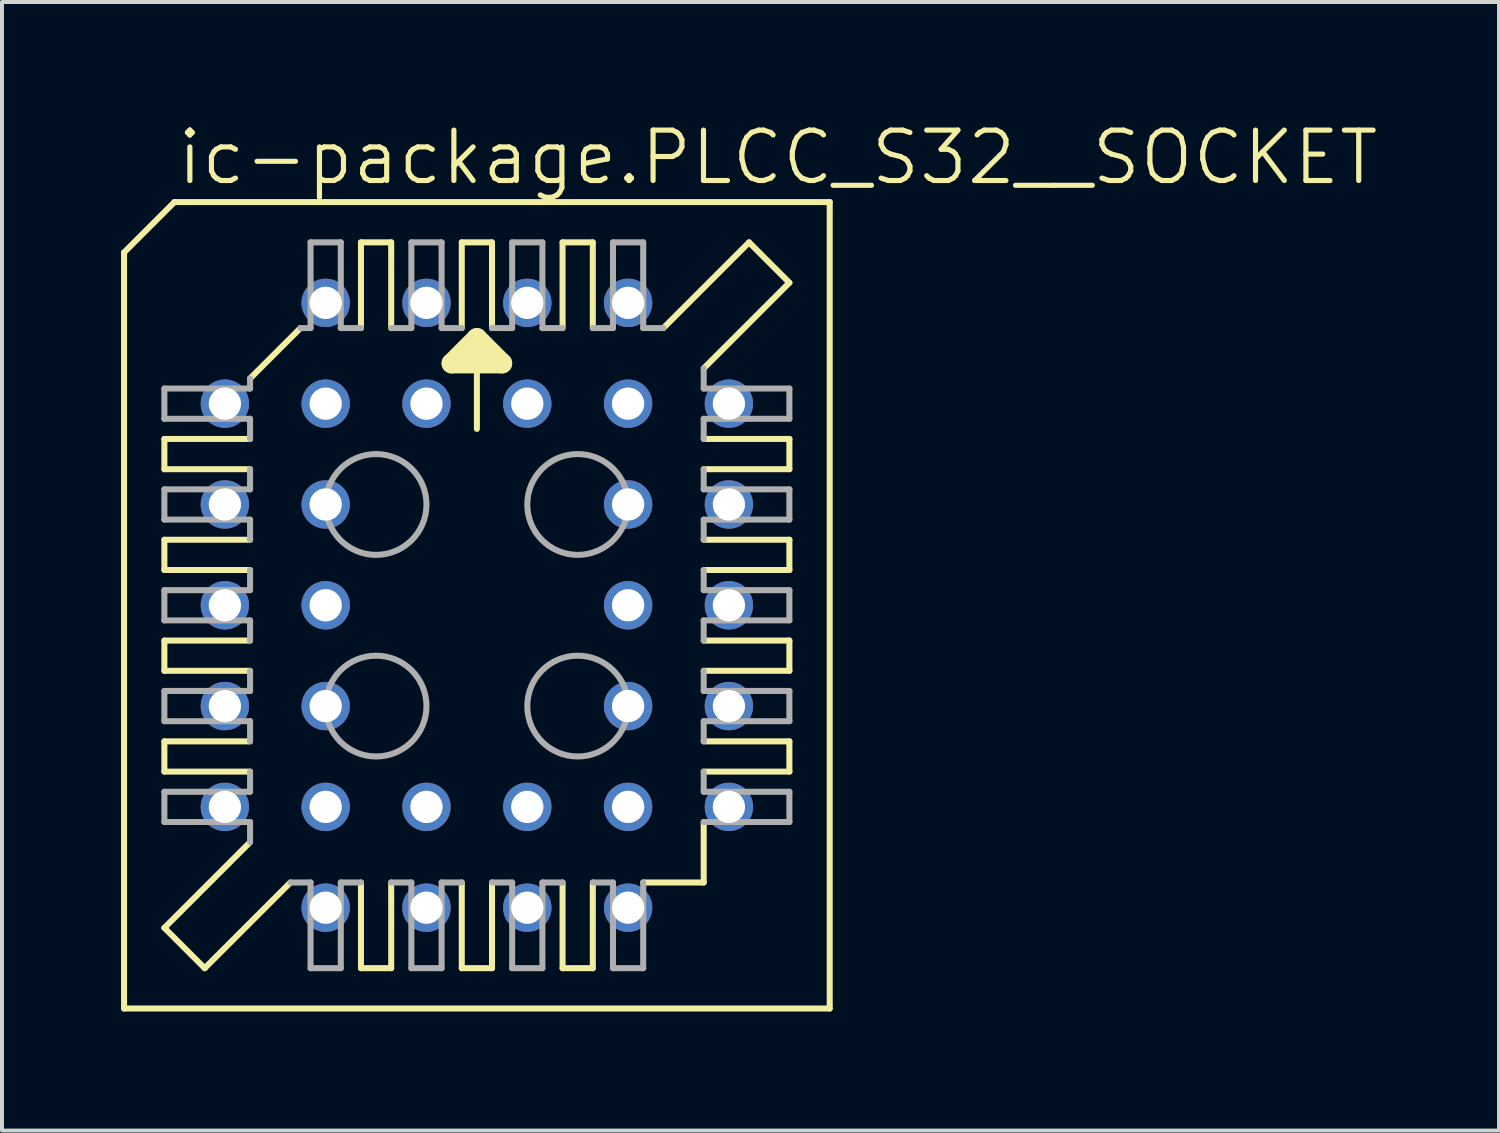
<source format=kicad_pcb>
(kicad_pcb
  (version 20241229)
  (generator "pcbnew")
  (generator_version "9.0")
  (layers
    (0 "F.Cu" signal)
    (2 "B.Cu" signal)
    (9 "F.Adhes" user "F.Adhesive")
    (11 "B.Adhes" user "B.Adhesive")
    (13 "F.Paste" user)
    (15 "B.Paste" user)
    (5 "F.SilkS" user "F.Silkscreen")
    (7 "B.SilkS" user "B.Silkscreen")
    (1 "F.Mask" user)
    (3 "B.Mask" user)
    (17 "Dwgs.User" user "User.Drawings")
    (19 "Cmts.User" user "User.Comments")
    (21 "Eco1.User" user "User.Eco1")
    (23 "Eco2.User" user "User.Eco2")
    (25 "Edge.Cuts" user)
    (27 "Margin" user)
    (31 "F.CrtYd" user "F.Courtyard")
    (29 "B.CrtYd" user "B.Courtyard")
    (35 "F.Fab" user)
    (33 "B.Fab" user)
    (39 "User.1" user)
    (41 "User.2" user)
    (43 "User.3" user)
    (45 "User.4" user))
  (footprint "ic-package.PLCC_S32__SOCKET"
    (layer "F.Cu")
    (at 8.966 12.201)
    (property "Reference" "ic-package.PLCC_S32__SOCKET" (at -7.62 -10.541 0) (layer "F.SilkS") (effects (font (size 1.27 1.27) (thickness 0.13)) (justify left bottom)))
    (attr through_hole)
    (fp_line (start -8.89 -8.89) (end -8.89 10.16) (stroke (width 0.152) (type default)) (layer "F.SilkS"))
    (fp_line (start -7.874 -3.429) (end -7.874 -4.191) (stroke (width 0.152) (type default)) (layer "F.SilkS"))
    (fp_line (start -7.874 -3.429) (end -5.715 -3.429) (stroke (width 0.152) (type default)) (layer "F.SilkS"))
    (fp_line (start -7.874 -0.889) (end -7.874 -1.651) (stroke (width 0.152) (type default)) (layer "F.SilkS"))
    (fp_line (start -7.874 -0.889) (end -5.715 -0.889) (stroke (width 0.152) (type default)) (layer "F.SilkS"))
    (fp_line (start -7.874 1.651) (end -7.874 0.889) (stroke (width 0.152) (type default)) (layer "F.SilkS"))
    (fp_line (start -7.874 1.651) (end -5.715 1.651) (stroke (width 0.152) (type default)) (layer "F.SilkS"))
    (fp_line (start -7.874 4.191) (end -7.874 3.429) (stroke (width 0.152) (type default)) (layer "F.SilkS"))
    (fp_line (start -7.874 4.191) (end -5.715 4.191) (stroke (width 0.152) (type default)) (layer "F.SilkS"))
    (fp_line (start -7.874 8.128) (end -5.715 5.969) (stroke (width 0.152) (type default)) (layer "F.SilkS"))
    (fp_line (start -7.62 -10.16) (end -8.89 -8.89) (stroke (width 0.152) (type default)) (layer "F.SilkS"))
    (fp_line (start -6.858 9.144) (end -7.874 8.128) (stroke (width 0.152) (type default)) (layer "F.SilkS"))
    (fp_line (start -6.858 9.144) (end -4.699 6.985) (stroke (width 0.152) (type default)) (layer "F.SilkS"))
    (fp_line (start -5.715 -5.715) (end -4.445 -6.985) (stroke (width 0.152) (type default)) (layer "F.SilkS"))
    (fp_line (start -5.715 -4.191) (end -7.874 -4.191) (stroke (width 0.152) (type default)) (layer "F.SilkS"))
    (fp_line (start -5.715 -1.651) (end -7.874 -1.651) (stroke (width 0.152) (type default)) (layer "F.SilkS"))
    (fp_line (start -5.715 0.889) (end -7.874 0.889) (stroke (width 0.152) (type default)) (layer "F.SilkS"))
    (fp_line (start -5.715 3.429) (end -7.874 3.429) (stroke (width 0.152) (type default)) (layer "F.SilkS"))
    (fp_line (start -2.921 -6.985) (end -2.921 -9.144) (stroke (width 0.152) (type default)) (layer "F.SilkS"))
    (fp_line (start -2.921 9.144) (end -2.921 6.985) (stroke (width 0.152) (type default)) (layer "F.SilkS"))
    (fp_line (start -2.921 9.144) (end -2.159 9.144) (stroke (width 0.152) (type default)) (layer "F.SilkS"))
    (fp_line (start -2.159 -9.144) (end -2.921 -9.144) (stroke (width 0.152) (type default)) (layer "F.SilkS"))
    (fp_line (start -2.159 -9.144) (end -2.159 -6.985) (stroke (width 0.152) (type default)) (layer "F.SilkS"))
    (fp_line (start -2.159 6.985) (end -2.159 9.144) (stroke (width 0.152) (type default)) (layer "F.SilkS"))
    (fp_line (start -0.635 -6.096) (end 0 -6.731) (stroke (width 0.508) (type default)) (layer "F.SilkS"))
    (fp_line (start -0.381 -6.985) (end -0.381 -9.144) (stroke (width 0.152) (type default)) (layer "F.SilkS"))
    (fp_line (start -0.381 9.144) (end -0.381 6.985) (stroke (width 0.152) (type default)) (layer "F.SilkS"))
    (fp_line (start -0.381 9.144) (end 0.381 9.144) (stroke (width 0.152) (type default)) (layer "F.SilkS"))
    (fp_line (start 0 -6.731) (end 0 -4.445) (stroke (width 0.152) (type default)) (layer "F.SilkS"))
    (fp_line (start 0 -6.731) (end 0.635 -6.096) (stroke (width 0.508) (type default)) (layer "F.SilkS"))
    (fp_line (start 0.381 -9.144) (end -0.381 -9.144) (stroke (width 0.152) (type default)) (layer "F.SilkS"))
    (fp_line (start 0.381 -9.144) (end 0.381 -6.985) (stroke (width 0.152) (type default)) (layer "F.SilkS"))
    (fp_line (start 0.381 6.985) (end 0.381 9.144) (stroke (width 0.152) (type default)) (layer "F.SilkS"))
    (fp_line (start 0.635 -6.096) (end -0.635 -6.096) (stroke (width 0.508) (type default)) (layer "F.SilkS"))
    (fp_line (start 2.159 -6.985) (end 2.159 -9.144) (stroke (width 0.152) (type default)) (layer "F.SilkS"))
    (fp_line (start 2.159 9.144) (end 2.159 6.985) (stroke (width 0.152) (type default)) (layer "F.SilkS"))
    (fp_line (start 2.159 9.144) (end 2.921 9.144) (stroke (width 0.152) (type default)) (layer "F.SilkS"))
    (fp_line (start 2.921 -9.144) (end 2.159 -9.144) (stroke (width 0.152) (type default)) (layer "F.SilkS"))
    (fp_line (start 2.921 -9.144) (end 2.921 -6.985) (stroke (width 0.152) (type default)) (layer "F.SilkS"))
    (fp_line (start 2.921 6.985) (end 2.921 9.144) (stroke (width 0.152) (type default)) (layer "F.SilkS"))
    (fp_line (start 4.191 6.985) (end 5.715 6.985) (stroke (width 0.152) (type default)) (layer "F.SilkS"))
    (fp_line (start 5.715 -3.429) (end 7.874 -3.429) (stroke (width 0.152) (type default)) (layer "F.SilkS"))
    (fp_line (start 5.715 -0.889) (end 7.874 -0.889) (stroke (width 0.152) (type default)) (layer "F.SilkS"))
    (fp_line (start 5.715 1.651) (end 7.874 1.651) (stroke (width 0.152) (type default)) (layer "F.SilkS"))
    (fp_line (start 5.715 4.191) (end 7.874 4.191) (stroke (width 0.152) (type default)) (layer "F.SilkS"))
    (fp_line (start 5.715 5.461) (end 5.715 6.985) (stroke (width 0.152) (type default)) (layer "F.SilkS"))
    (fp_line (start 6.858 -9.144) (end 4.699 -6.985) (stroke (width 0.152) (type default)) (layer "F.SilkS"))
    (fp_line (start 7.874 -8.128) (end 5.715 -5.969) (stroke (width 0.152) (type default)) (layer "F.SilkS"))
    (fp_line (start 7.874 -8.128) (end 6.858 -9.144) (stroke (width 0.152) (type default)) (layer "F.SilkS"))
    (fp_line (start 7.874 -4.191) (end 5.715 -4.191) (stroke (width 0.152) (type default)) (layer "F.SilkS"))
    (fp_line (start 7.874 -4.191) (end 7.874 -3.429) (stroke (width 0.152) (type default)) (layer "F.SilkS"))
    (fp_line (start 7.874 -1.651) (end 5.715 -1.651) (stroke (width 0.152) (type default)) (layer "F.SilkS"))
    (fp_line (start 7.874 -1.651) (end 7.874 -0.889) (stroke (width 0.152) (type default)) (layer "F.SilkS"))
    (fp_line (start 7.874 0.889) (end 5.715 0.889) (stroke (width 0.152) (type default)) (layer "F.SilkS"))
    (fp_line (start 7.874 0.889) (end 7.874 1.651) (stroke (width 0.152) (type default)) (layer "F.SilkS"))
    (fp_line (start 7.874 3.429) (end 5.715 3.429) (stroke (width 0.152) (type default)) (layer "F.SilkS"))
    (fp_line (start 7.874 3.429) (end 7.874 4.191) (stroke (width 0.152) (type default)) (layer "F.SilkS"))
    (fp_line (start 8.89 -10.16) (end -7.62 -10.16) (stroke (width 0.152) (type default)) (layer "F.SilkS"))
    (fp_line (start 8.89 10.16) (end -8.89 10.16) (stroke (width 0.152) (type default)) (layer "F.SilkS"))
    (fp_line (start 8.89 10.16) (end 8.89 -10.16) (stroke (width 0.152) (type default)) (layer "F.SilkS"))
    (fp_line (start -7.874 -4.699) (end -7.874 -5.461) (stroke (width 0.152) (type default)) (layer "F.Fab"))
    (fp_line (start -7.874 -4.699) (end -5.715 -4.699) (stroke (width 0.152) (type default)) (layer "F.Fab"))
    (fp_line (start -7.874 -2.159) (end -7.874 -2.921) (stroke (width 0.152) (type default)) (layer "F.Fab"))
    (fp_line (start -7.874 -2.159) (end -5.715 -2.159) (stroke (width 0.152) (type default)) (layer "F.Fab"))
    (fp_line (start -7.874 0.381) (end -7.874 -0.381) (stroke (width 0.152) (type default)) (layer "F.Fab"))
    (fp_line (start -7.874 0.381) (end -5.715 0.381) (stroke (width 0.152) (type default)) (layer "F.Fab"))
    (fp_line (start -7.874 2.921) (end -7.874 2.159) (stroke (width 0.152) (type default)) (layer "F.Fab"))
    (fp_line (start -7.874 2.921) (end -5.715 2.921) (stroke (width 0.152) (type default)) (layer "F.Fab"))
    (fp_line (start -7.874 5.461) (end -7.874 4.699) (stroke (width 0.152) (type default)) (layer "F.Fab"))
    (fp_line (start -7.874 5.461) (end -5.715 5.461) (stroke (width 0.152) (type default)) (layer "F.Fab"))
    (fp_line (start -5.715 -5.461) (end -7.874 -5.461) (stroke (width 0.152) (type default)) (layer "F.Fab"))
    (fp_line (start -5.715 -5.461) (end -5.715 -5.715) (stroke (width 0.152) (type default)) (layer "F.Fab"))
    (fp_line (start -5.715 -4.191) (end -5.715 -4.699) (stroke (width 0.152) (type default)) (layer "F.Fab"))
    (fp_line (start -5.715 -2.921) (end -7.874 -2.921) (stroke (width 0.152) (type default)) (layer "F.Fab"))
    (fp_line (start -5.715 -2.921) (end -5.715 -3.429) (stroke (width 0.152) (type default)) (layer "F.Fab"))
    (fp_line (start -5.715 -1.651) (end -5.715 -2.159) (stroke (width 0.152) (type default)) (layer "F.Fab"))
    (fp_line (start -5.715 -0.381) (end -7.874 -0.381) (stroke (width 0.152) (type default)) (layer "F.Fab"))
    (fp_line (start -5.715 -0.381) (end -5.715 -0.889) (stroke (width 0.152) (type default)) (layer "F.Fab"))
    (fp_line (start -5.715 0.889) (end -5.715 0.381) (stroke (width 0.152) (type default)) (layer "F.Fab"))
    (fp_line (start -5.715 2.159) (end -7.874 2.159) (stroke (width 0.152) (type default)) (layer "F.Fab"))
    (fp_line (start -5.715 2.159) (end -5.715 1.651) (stroke (width 0.152) (type default)) (layer "F.Fab"))
    (fp_line (start -5.715 3.429) (end -5.715 2.921) (stroke (width 0.152) (type default)) (layer "F.Fab"))
    (fp_line (start -5.715 4.699) (end -7.874 4.699) (stroke (width 0.152) (type default)) (layer "F.Fab"))
    (fp_line (start -5.715 4.699) (end -5.715 4.191) (stroke (width 0.152) (type default)) (layer "F.Fab"))
    (fp_line (start -5.715 5.969) (end -5.715 5.461) (stroke (width 0.152) (type default)) (layer "F.Fab"))
    (fp_line (start -4.699 6.985) (end -4.191 6.985) (stroke (width 0.152) (type default)) (layer "F.Fab"))
    (fp_line (start -4.191 -6.985) (end -4.445 -6.985) (stroke (width 0.152) (type default)) (layer "F.Fab"))
    (fp_line (start -4.191 -6.985) (end -4.191 -9.144) (stroke (width 0.152) (type default)) (layer "F.Fab"))
    (fp_line (start -4.191 9.144) (end -4.191 6.985) (stroke (width 0.152) (type default)) (layer "F.Fab"))
    (fp_line (start -4.191 9.144) (end -3.429 9.144) (stroke (width 0.152) (type default)) (layer "F.Fab"))
    (fp_line (start -3.429 -9.144) (end -4.191 -9.144) (stroke (width 0.152) (type default)) (layer "F.Fab"))
    (fp_line (start -3.429 -9.144) (end -3.429 -6.985) (stroke (width 0.152) (type default)) (layer "F.Fab"))
    (fp_line (start -3.429 6.985) (end -3.429 9.144) (stroke (width 0.152) (type default)) (layer "F.Fab"))
    (fp_line (start -3.429 6.985) (end -2.921 6.985) (stroke (width 0.152) (type default)) (layer "F.Fab"))
    (fp_line (start -2.921 -6.985) (end -3.429 -6.985) (stroke (width 0.152) (type default)) (layer "F.Fab"))
    (fp_line (start -2.159 6.985) (end -1.651 6.985) (stroke (width 0.152) (type default)) (layer "F.Fab"))
    (fp_line (start -1.651 -6.985) (end -2.159 -6.985) (stroke (width 0.152) (type default)) (layer "F.Fab"))
    (fp_line (start -1.651 -6.985) (end -1.651 -9.144) (stroke (width 0.152) (type default)) (layer "F.Fab"))
    (fp_line (start -1.651 9.144) (end -1.651 6.985) (stroke (width 0.152) (type default)) (layer "F.Fab"))
    (fp_line (start -1.651 9.144) (end -0.889 9.144) (stroke (width 0.152) (type default)) (layer "F.Fab"))
    (fp_line (start -0.889 -9.144) (end -1.651 -9.144) (stroke (width 0.152) (type default)) (layer "F.Fab"))
    (fp_line (start -0.889 -9.144) (end -0.889 -6.985) (stroke (width 0.152) (type default)) (layer "F.Fab"))
    (fp_line (start -0.889 6.985) (end -0.889 9.144) (stroke (width 0.152) (type default)) (layer "F.Fab"))
    (fp_line (start -0.889 6.985) (end -0.381 6.985) (stroke (width 0.152) (type default)) (layer "F.Fab"))
    (fp_line (start -0.381 -6.985) (end -0.889 -6.985) (stroke (width 0.152) (type default)) (layer "F.Fab"))
    (fp_line (start 0.381 6.985) (end 0.889 6.985) (stroke (width 0.152) (type default)) (layer "F.Fab"))
    (fp_line (start 0.889 -6.985) (end 0.381 -6.985) (stroke (width 0.152) (type default)) (layer "F.Fab"))
    (fp_line (start 0.889 -6.985) (end 0.889 -9.144) (stroke (width 0.152) (type default)) (layer "F.Fab"))
    (fp_line (start 0.889 9.144) (end 0.889 6.985) (stroke (width 0.152) (type default)) (layer "F.Fab"))
    (fp_line (start 0.889 9.144) (end 1.651 9.144) (stroke (width 0.152) (type default)) (layer "F.Fab"))
    (fp_line (start 1.651 -9.144) (end 0.889 -9.144) (stroke (width 0.152) (type default)) (layer "F.Fab"))
    (fp_line (start 1.651 -9.144) (end 1.651 -6.985) (stroke (width 0.152) (type default)) (layer "F.Fab"))
    (fp_line (start 1.651 6.985) (end 1.651 9.144) (stroke (width 0.152) (type default)) (layer "F.Fab"))
    (fp_line (start 1.651 6.985) (end 2.159 6.985) (stroke (width 0.152) (type default)) (layer "F.Fab"))
    (fp_line (start 2.159 -6.985) (end 1.651 -6.985) (stroke (width 0.152) (type default)) (layer "F.Fab"))
    (fp_line (start 2.921 6.985) (end 3.429 6.985) (stroke (width 0.152) (type default)) (layer "F.Fab"))
    (fp_line (start 3.429 -6.985) (end 2.921 -6.985) (stroke (width 0.152) (type default)) (layer "F.Fab"))
    (fp_line (start 3.429 -6.985) (end 3.429 -9.144) (stroke (width 0.152) (type default)) (layer "F.Fab"))
    (fp_line (start 3.429 9.144) (end 3.429 6.985) (stroke (width 0.152) (type default)) (layer "F.Fab"))
    (fp_line (start 3.429 9.144) (end 4.191 9.144) (stroke (width 0.152) (type default)) (layer "F.Fab"))
    (fp_line (start 4.191 -9.144) (end 3.429 -9.144) (stroke (width 0.152) (type default)) (layer "F.Fab"))
    (fp_line (start 4.191 -9.144) (end 4.191 -6.985) (stroke (width 0.152) (type default)) (layer "F.Fab"))
    (fp_line (start 4.191 6.985) (end 4.191 9.144) (stroke (width 0.152) (type default)) (layer "F.Fab"))
    (fp_line (start 4.699 -6.985) (end 4.191 -6.985) (stroke (width 0.152) (type default)) (layer "F.Fab"))
    (fp_line (start 5.715 -5.969) (end 5.715 -5.461) (stroke (width 0.152) (type default)) (layer "F.Fab"))
    (fp_line (start 5.715 -4.699) (end 5.715 -4.191) (stroke (width 0.152) (type default)) (layer "F.Fab"))
    (fp_line (start 5.715 -4.699) (end 7.874 -4.699) (stroke (width 0.152) (type default)) (layer "F.Fab"))
    (fp_line (start 5.715 -3.429) (end 5.715 -2.921) (stroke (width 0.152) (type default)) (layer "F.Fab"))
    (fp_line (start 5.715 -2.159) (end 5.715 -1.651) (stroke (width 0.152) (type default)) (layer "F.Fab"))
    (fp_line (start 5.715 -2.159) (end 7.874 -2.159) (stroke (width 0.152) (type default)) (layer "F.Fab"))
    (fp_line (start 5.715 -0.889) (end 5.715 -0.381) (stroke (width 0.152) (type default)) (layer "F.Fab"))
    (fp_line (start 5.715 0.381) (end 5.715 0.889) (stroke (width 0.152) (type default)) (layer "F.Fab"))
    (fp_line (start 5.715 0.381) (end 7.874 0.381) (stroke (width 0.152) (type default)) (layer "F.Fab"))
    (fp_line (start 5.715 1.651) (end 5.715 2.159) (stroke (width 0.152) (type default)) (layer "F.Fab"))
    (fp_line (start 5.715 2.921) (end 5.715 3.429) (stroke (width 0.152) (type default)) (layer "F.Fab"))
    (fp_line (start 5.715 2.921) (end 7.874 2.921) (stroke (width 0.152) (type default)) (layer "F.Fab"))
    (fp_line (start 5.715 4.191) (end 5.715 4.699) (stroke (width 0.152) (type default)) (layer "F.Fab"))
    (fp_line (start 5.715 5.461) (end 7.874 5.461) (stroke (width 0.152) (type default)) (layer "F.Fab"))
    (fp_line (start 7.874 -5.461) (end 5.715 -5.461) (stroke (width 0.152) (type default)) (layer "F.Fab"))
    (fp_line (start 7.874 -5.461) (end 7.874 -4.699) (stroke (width 0.152) (type default)) (layer "F.Fab"))
    (fp_line (start 7.874 -2.921) (end 5.715 -2.921) (stroke (width 0.152) (type default)) (layer "F.Fab"))
    (fp_line (start 7.874 -2.921) (end 7.874 -2.159) (stroke (width 0.152) (type default)) (layer "F.Fab"))
    (fp_line (start 7.874 -0.381) (end 5.715 -0.381) (stroke (width 0.152) (type default)) (layer "F.Fab"))
    (fp_line (start 7.874 -0.381) (end 7.874 0.381) (stroke (width 0.152) (type default)) (layer "F.Fab"))
    (fp_line (start 7.874 2.159) (end 5.715 2.159) (stroke (width 0.152) (type default)) (layer "F.Fab"))
    (fp_line (start 7.874 2.159) (end 7.874 2.921) (stroke (width 0.152) (type default)) (layer "F.Fab"))
    (fp_line (start 7.874 4.699) (end 5.715 4.699) (stroke (width 0.152) (type default)) (layer "F.Fab"))
    (fp_line (start 7.874 4.699) (end 7.874 5.461) (stroke (width 0.152) (type default)) (layer "F.Fab"))
    (fp_circle (center -2.54 -2.54) (end -1.27 -2.54) (stroke (width 0.152) (type default)) (fill no) (layer "F.Fab"))
    (fp_circle (center -2.54 2.54) (end -1.27 2.54) (stroke (width 0.152) (type default)) (fill no) (layer "F.Fab"))
    (fp_circle (center 2.54 -2.54) (end 3.81 -2.54) (stroke (width 0.152) (type default)) (fill no) (layer "F.Fab"))
    (fp_circle (center 2.54 2.54) (end 3.81 2.54) (stroke (width 0.152) (type default)) (fill no) (layer "F.Fab"))
    (pad "1" thru_hole circle (at 1.27 -5.08) (size 1.219 1.219) (drill 0.813) (layers "*.Cu" "*.Mask"))
    (pad "2" thru_hole circle (at -1.27 -7.62) (size 1.219 1.219) (drill 0.813) (layers "*.Cu" "*.Mask"))
    (pad "3" thru_hole circle (at -1.27 -5.08) (size 1.219 1.219) (drill 0.813) (layers "*.Cu" "*.Mask"))
    (pad "4" thru_hole circle (at -3.81 -7.62) (size 1.219 1.219) (drill 0.813) (layers "*.Cu" "*.Mask"))
    (pad "5" thru_hole circle (at -6.35 -5.08) (size 1.219 1.219) (drill 0.813) (layers "*.Cu" "*.Mask"))
    (pad "6" thru_hole circle (at -3.81 -5.08) (size 1.219 1.219) (drill 0.813) (layers "*.Cu" "*.Mask"))
    (pad "7" thru_hole circle (at -6.35 -2.54) (size 1.219 1.219) (drill 0.813) (layers "*.Cu" "*.Mask"))
    (pad "8" thru_hole circle (at -3.81 -2.54) (size 1.219 1.219) (drill 0.813) (layers "*.Cu" "*.Mask"))
    (pad "9" thru_hole circle (at -6.35 0) (size 1.219 1.219) (drill 0.813) (layers "*.Cu" "*.Mask"))
    (pad "10" thru_hole circle (at -3.81 0) (size 1.219 1.219) (drill 0.813) (layers "*.Cu" "*.Mask"))
    (pad "11" thru_hole circle (at -6.35 2.54) (size 1.219 1.219) (drill 0.813) (layers "*.Cu" "*.Mask"))
    (pad "12" thru_hole circle (at -3.81 2.54) (size 1.219 1.219) (drill 0.813) (layers "*.Cu" "*.Mask"))
    (pad "13" thru_hole circle (at -6.35 5.08) (size 1.219 1.219) (drill 0.813) (layers "*.Cu" "*.Mask"))
    (pad "14" thru_hole circle (at -3.81 7.62) (size 1.219 1.219) (drill 0.813) (layers "*.Cu" "*.Mask"))
    (pad "15" thru_hole circle (at -3.81 5.08) (size 1.219 1.219) (drill 0.813) (layers "*.Cu" "*.Mask"))
    (pad "16" thru_hole circle (at -1.27 7.62) (size 1.219 1.219) (drill 0.813) (layers "*.Cu" "*.Mask"))
    (pad "17" thru_hole circle (at -1.27 5.08) (size 1.219 1.219) (drill 0.813) (layers "*.Cu" "*.Mask"))
    (pad "18" thru_hole circle (at 1.27 7.62) (size 1.219 1.219) (drill 0.813) (layers "*.Cu" "*.Mask"))
    (pad "19" thru_hole circle (at 1.27 5.08) (size 1.219 1.219) (drill 0.813) (layers "*.Cu" "*.Mask"))
    (pad "20" thru_hole circle (at 3.81 7.62) (size 1.219 1.219) (drill 0.813) (layers "*.Cu" "*.Mask"))
    (pad "21" thru_hole circle (at 6.35 5.08) (size 1.219 1.219) (drill 0.813) (layers "*.Cu" "*.Mask"))
    (pad "22" thru_hole circle (at 3.81 5.08) (size 1.219 1.219) (drill 0.813) (layers "*.Cu" "*.Mask"))
    (pad "23" thru_hole circle (at 6.35 2.54) (size 1.219 1.219) (drill 0.813) (layers "*.Cu" "*.Mask"))
    (pad "24" thru_hole circle (at 3.81 2.54) (size 1.219 1.219) (drill 0.813) (layers "*.Cu" "*.Mask"))
    (pad "25" thru_hole circle (at 6.35 0) (size 1.219 1.219) (drill 0.813) (layers "*.Cu" "*.Mask"))
    (pad "26" thru_hole circle (at 3.81 0) (size 1.219 1.219) (drill 0.813) (layers "*.Cu" "*.Mask"))
    (pad "27" thru_hole circle (at 6.35 -2.54) (size 1.219 1.219) (drill 0.813) (layers "*.Cu" "*.Mask"))
    (pad "28" thru_hole circle (at 3.81 -2.54) (size 1.219 1.219) (drill 0.813) (layers "*.Cu" "*.Mask"))
    (pad "29" thru_hole circle (at 6.35 -5.08) (size 1.219 1.219) (drill 0.813) (layers "*.Cu" "*.Mask"))
    (pad "30" thru_hole circle (at 3.81 -7.62) (size 1.219 1.219) (drill 0.813) (layers "*.Cu" "*.Mask"))
    (pad "31" thru_hole circle (at 3.81 -5.08) (size 1.219 1.219) (drill 0.813) (layers "*.Cu" "*.Mask"))
    (pad "32" thru_hole circle (at 1.27 -7.62) (size 1.219 1.219) (drill 0.813) (layers "*.Cu" "*.Mask")))
  (gr_rect
    (start -3 -3)
    (end 34.72 25.437)
    (stroke (width 0.1) (type default))
    (fill no)
    (layer "Edge.Cuts")))
</source>
